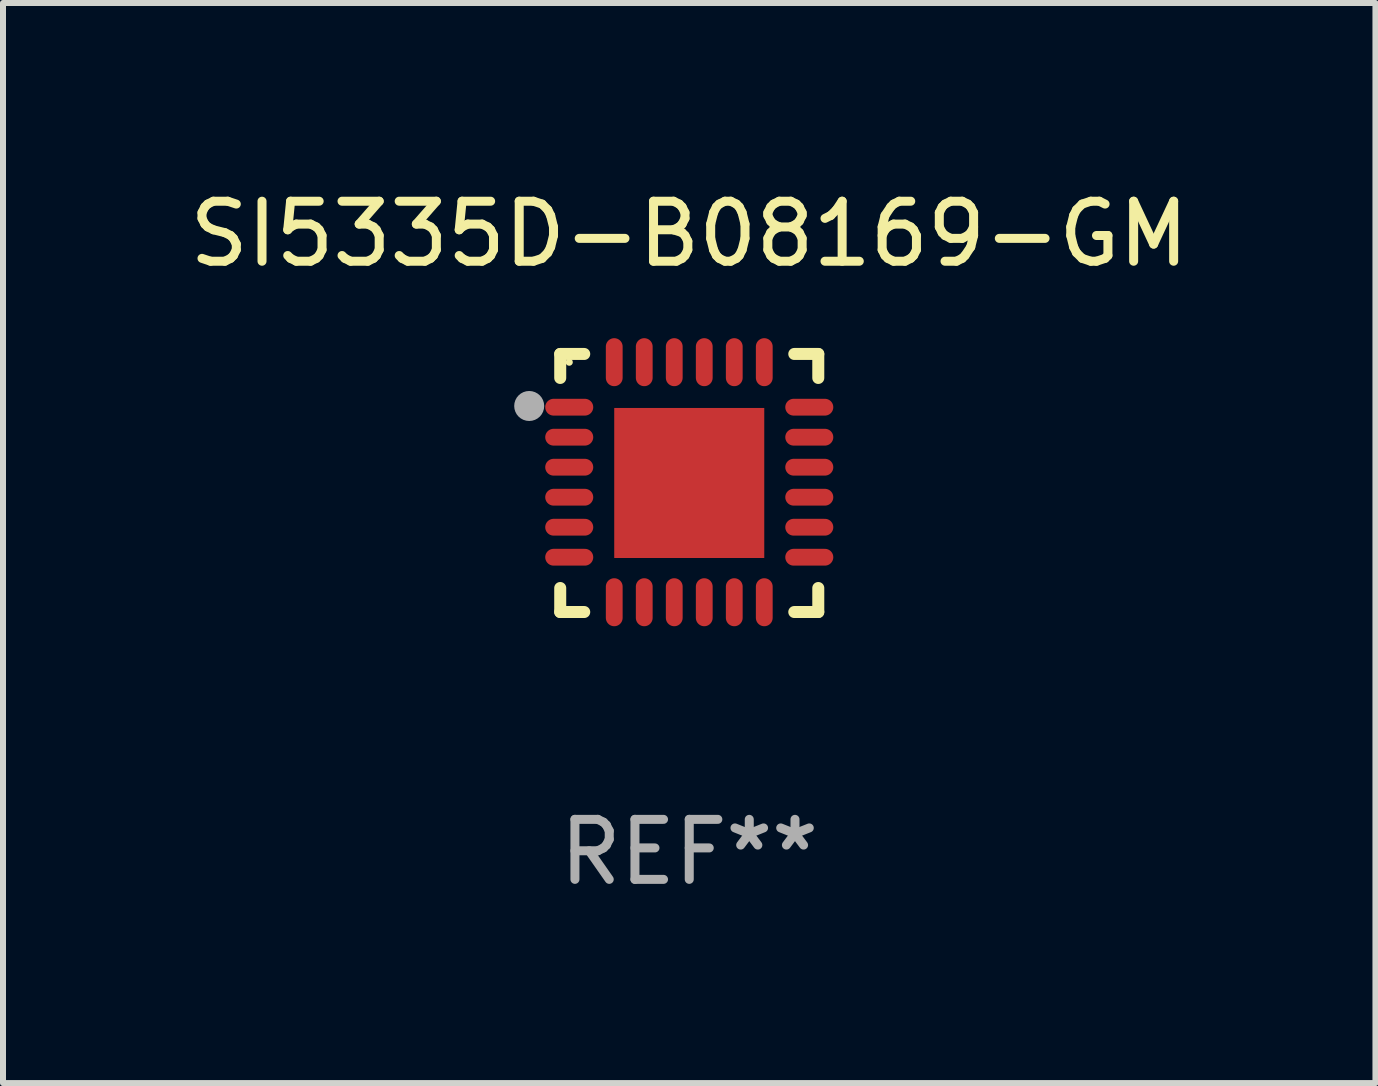
<source format=kicad_pcb>
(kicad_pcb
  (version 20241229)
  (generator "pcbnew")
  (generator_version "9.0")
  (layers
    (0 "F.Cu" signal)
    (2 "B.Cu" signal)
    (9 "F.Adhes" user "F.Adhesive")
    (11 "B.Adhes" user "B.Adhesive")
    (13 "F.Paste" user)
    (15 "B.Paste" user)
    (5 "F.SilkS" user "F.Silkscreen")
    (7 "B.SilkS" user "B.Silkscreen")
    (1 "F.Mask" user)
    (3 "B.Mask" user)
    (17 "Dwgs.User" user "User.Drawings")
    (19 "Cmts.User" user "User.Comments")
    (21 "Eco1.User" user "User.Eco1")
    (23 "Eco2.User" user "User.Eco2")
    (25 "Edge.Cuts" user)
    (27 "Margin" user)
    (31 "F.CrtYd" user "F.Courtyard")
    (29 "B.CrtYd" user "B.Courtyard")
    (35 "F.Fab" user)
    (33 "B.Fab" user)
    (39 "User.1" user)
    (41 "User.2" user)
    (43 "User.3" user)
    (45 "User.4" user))
  (footprint "SI5335D-B08169-GM"
    (layer "F.Cu")
    (at 8.435 4.998)
    (property "Reference" "SI5335D-B08169-GM" (at 0 -4.15 0) (layer "F.SilkS") (effects (font (size 1 1) (thickness 0.15))))
    (attr through_hole)
    (fp_line (start -2.15 -2.15) (end -1.75 -2.15) (stroke (width 0.2) (type solid)) (layer "F.SilkS"))
    (fp_line (start -2.15 -1.75) (end -2.15 -2.15) (stroke (width 0.2) (type solid)) (layer "F.SilkS"))
    (fp_line (start -2.15 2.15) (end -2.15 1.75) (stroke (width 0.2) (type solid)) (layer "F.SilkS"))
    (fp_line (start -1.75 2.15) (end -2.15 2.15) (stroke (width 0.2) (type solid)) (layer "F.SilkS"))
    (fp_line (start 1.75 -2.15) (end 2.15 -2.15) (stroke (width 0.2) (type solid)) (layer "F.SilkS"))
    (fp_line (start 1.75 2.15) (end 2.15 2.15) (stroke (width 0.2) (type solid)) (layer "F.SilkS"))
    (fp_line (start 2.15 -2.15) (end 2.15 -1.75) (stroke (width 0.2) (type solid)) (layer "F.SilkS"))
    (fp_line (start 2.15 2.15) (end 2.15 1.75) (stroke (width 0.2) (type solid)) (layer "F.SilkS"))
    (fp_circle (center -2 -2.013) (end -1.97 -2.013) (stroke (width 0.06) (type solid)) (fill no) (layer "F.SilkS"))
    (fp_circle (center -2.667 -1.283) (end -2.542 -1.283) (stroke (width 0.25) (type solid)) (fill no) (layer "F.Fab"))
    (fp_text user "REF**" (at 0 6.15 0) (layer "F.Fab") (effects (font (size 1 1) (thickness 0.15))))
    (pad "1" smd oval (at -2 -1.263) (size 0.8 0.28) (layers "F.Cu" "F.Mask" "F.Paste"))
    (pad "2" smd oval (at -2 -0.763) (size 0.8 0.28) (layers "F.Cu" "F.Mask" "F.Paste"))
    (pad "3" smd oval (at -2 -0.263) (size 0.8 0.28) (layers "F.Cu" "F.Mask" "F.Paste"))
    (pad "4" smd oval (at -2 0.237) (size 0.8 0.28) (layers "F.Cu" "F.Mask" "F.Paste"))
    (pad "5" smd oval (at -2 0.737) (size 0.8 0.28) (layers "F.Cu" "F.Mask" "F.Paste"))
    (pad "6" smd oval (at -2 1.237) (size 0.8 0.28) (layers "F.Cu" "F.Mask" "F.Paste"))
    (pad "7" smd oval (at -1.25 1.987) (size 0.28 0.8) (layers "F.Cu" "F.Mask" "F.Paste"))
    (pad "8" smd oval (at -0.75 1.987) (size 0.28 0.8) (layers "F.Cu" "F.Mask" "F.Paste"))
    (pad "9" smd oval (at -0.25 1.987) (size 0.28 0.8) (layers "F.Cu" "F.Mask" "F.Paste"))
    (pad "10" smd oval (at 0.25 1.987) (size 0.28 0.8) (layers "F.Cu" "F.Mask" "F.Paste"))
    (pad "11" smd oval (at 0.75 1.987) (size 0.28 0.8) (layers "F.Cu" "F.Mask" "F.Paste"))
    (pad "12" smd oval (at 1.25 1.987) (size 0.28 0.8) (layers "F.Cu" "F.Mask" "F.Paste"))
    (pad "13" smd oval (at 2 1.237) (size 0.8 0.28) (layers "F.Cu" "F.Mask" "F.Paste"))
    (pad "14" smd oval (at 2 0.737) (size 0.8 0.28) (layers "F.Cu" "F.Mask" "F.Paste"))
    (pad "15" smd oval (at 2 0.237) (size 0.8 0.28) (layers "F.Cu" "F.Mask" "F.Paste"))
    (pad "16" smd oval (at 2 -0.263) (size 0.8 0.28) (layers "F.Cu" "F.Mask" "F.Paste"))
    (pad "17" smd oval (at 2 -0.763) (size 0.8 0.28) (layers "F.Cu" "F.Mask" "F.Paste"))
    (pad "18" smd oval (at 2 -1.263) (size 0.8 0.28) (layers "F.Cu" "F.Mask" "F.Paste"))
    (pad "19" smd oval (at 1.25 -2.013) (size 0.28 0.8) (layers "F.Cu" "F.Mask" "F.Paste"))
    (pad "20" smd oval (at 0.75 -2.013) (size 0.28 0.8) (layers "F.Cu" "F.Mask" "F.Paste"))
    (pad "21" smd oval (at 0.25 -2.013) (size 0.28 0.8) (layers "F.Cu" "F.Mask" "F.Paste"))
    (pad "22" smd oval (at -0.25 -2.013) (size 0.28 0.8) (layers "F.Cu" "F.Mask" "F.Paste"))
    (pad "23" smd oval (at -0.75 -2.013) (size 0.28 0.8) (layers "F.Cu" "F.Mask" "F.Paste"))
    (pad "24" smd oval (at -1.25 -2.013) (size 0.28 0.8) (layers "F.Cu" "F.Mask" "F.Paste"))
    (pad "25" smd rect (at -0.000127 -0.00014) (size 2.5 2.5) (layers "F.Cu" "F.Mask" "F.Paste")))
  (gr_rect
    (start -3 -3)
    (end 19.869 14.997)
    (stroke (width 0.1) (type default))
    (fill no)
    (layer "Edge.Cuts")))
</source>
